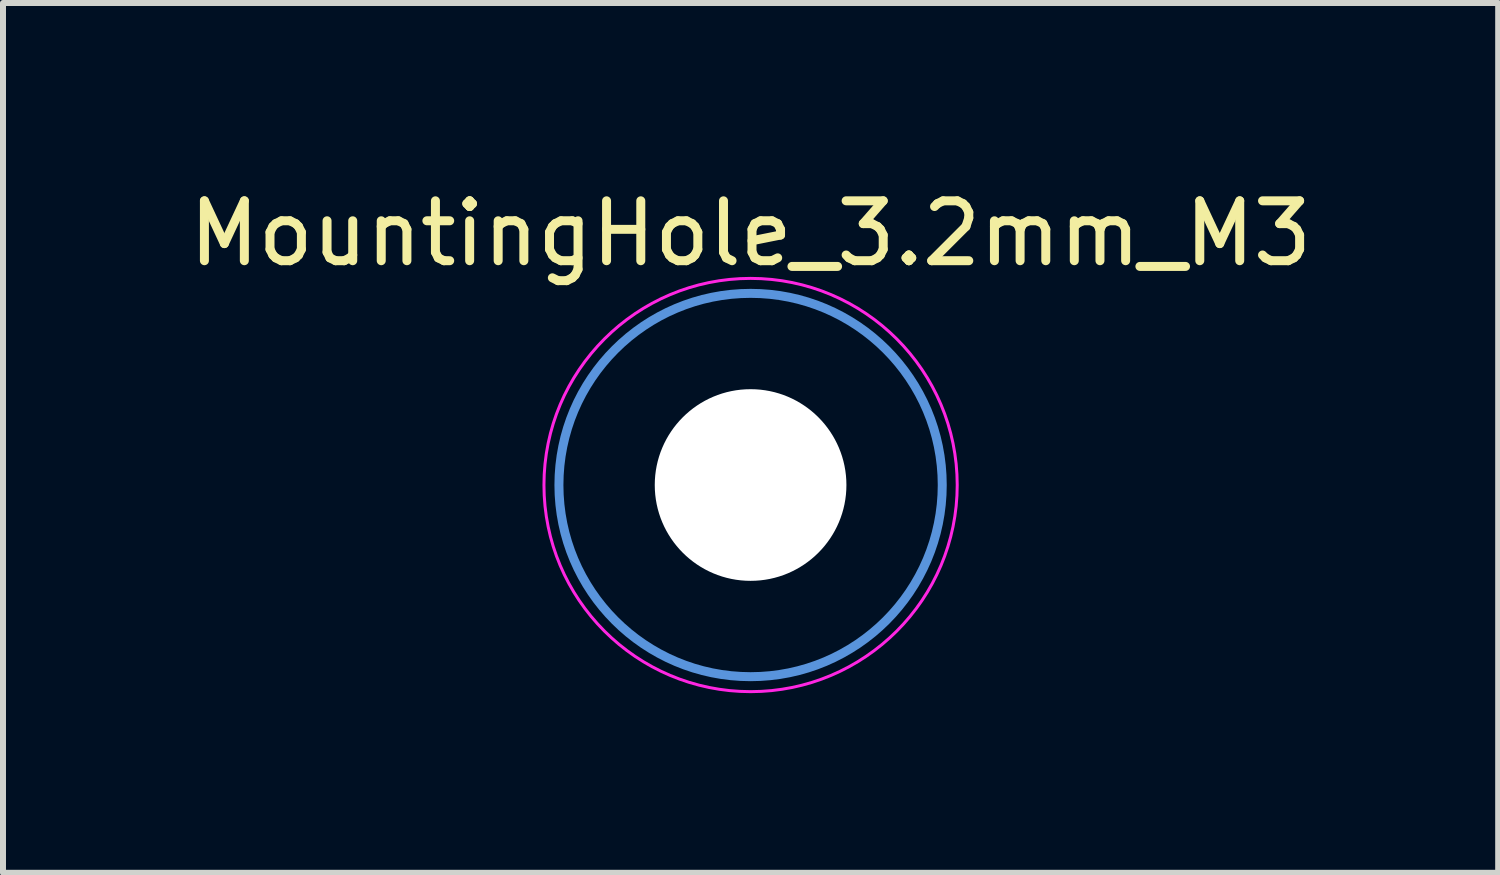
<source format=kicad_pcb>
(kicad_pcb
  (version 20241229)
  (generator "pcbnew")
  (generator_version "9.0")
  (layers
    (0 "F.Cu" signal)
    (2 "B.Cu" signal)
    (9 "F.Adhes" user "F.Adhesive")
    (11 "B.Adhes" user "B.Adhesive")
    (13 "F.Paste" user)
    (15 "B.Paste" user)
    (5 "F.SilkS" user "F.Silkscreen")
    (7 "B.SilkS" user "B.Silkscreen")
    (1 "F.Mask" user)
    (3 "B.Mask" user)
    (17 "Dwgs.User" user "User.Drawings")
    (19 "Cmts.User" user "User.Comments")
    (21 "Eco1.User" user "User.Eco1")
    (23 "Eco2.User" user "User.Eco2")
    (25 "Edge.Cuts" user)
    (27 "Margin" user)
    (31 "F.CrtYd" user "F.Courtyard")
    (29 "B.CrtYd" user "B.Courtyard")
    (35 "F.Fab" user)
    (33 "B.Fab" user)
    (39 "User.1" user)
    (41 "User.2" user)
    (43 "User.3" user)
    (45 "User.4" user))
  (footprint "MountingHole_3.2mm_M3"
    (layer "F.Cu")
    (at 9.482 5.048)
    (property "Reference" "MountingHole_3.2mm_M3" (at 0 -4.2 0) (layer "F.SilkS") (effects (font (size 1 1) (thickness 0.15))))
    (attr exclude_from_pos_files exclude_from_bom)
    (fp_circle (center 0 0) (end 3.2 0) (stroke (width 0.15) (type solid)) (fill no) (layer "Cmts.User"))
    (fp_circle (center 0 0) (end 3.45 0) (stroke (width 0.05) (type solid)) (fill no) (layer "F.CrtYd"))
    (pad "" np_thru_hole circle (at 0 0) (size 3.2 3.2) (drill 3.2) (layers "*.Cu" "*.Mask")))
  (gr_rect
    (start -3 -3)
    (end 21.964 11.523)
    (stroke (width 0.1) (type default))
    (fill no)
    (layer "Edge.Cuts")))
</source>
